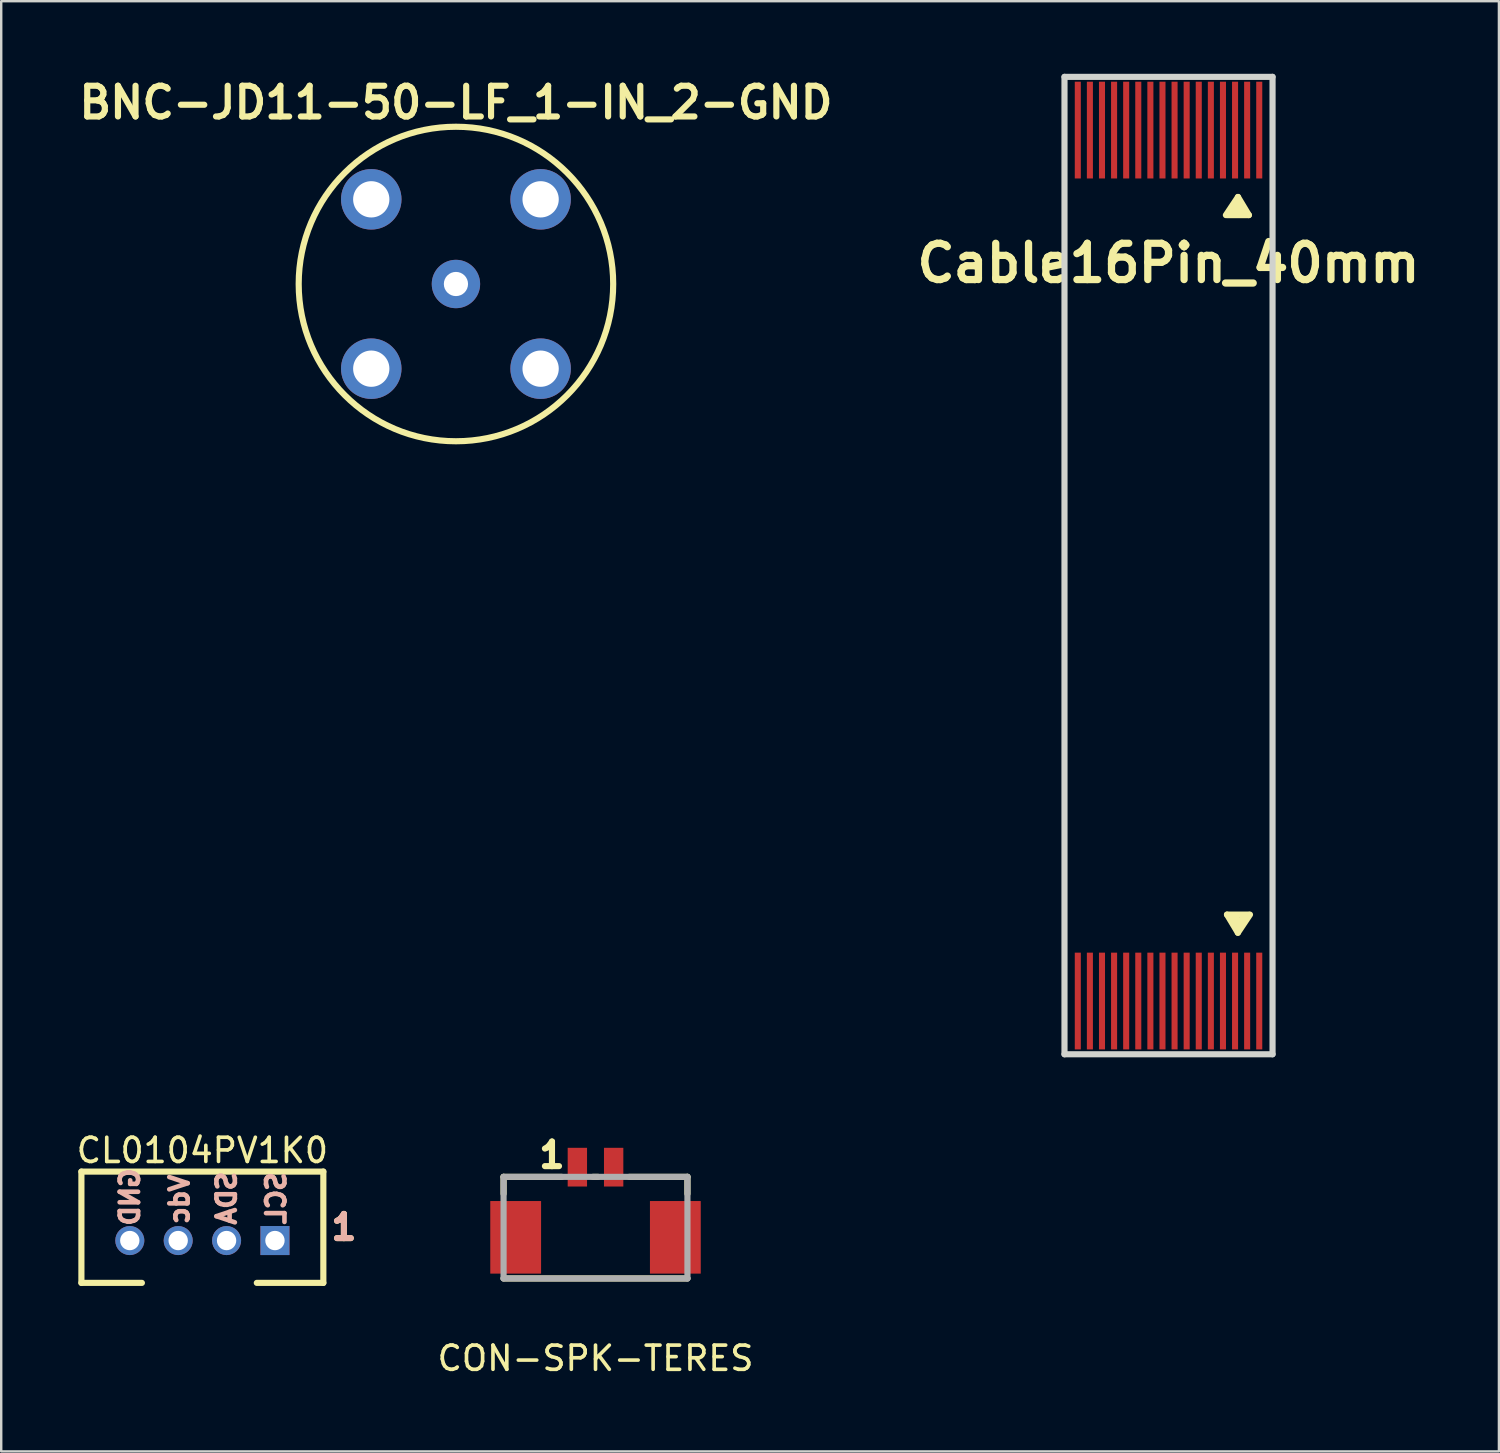
<source format=kicad_pcb>
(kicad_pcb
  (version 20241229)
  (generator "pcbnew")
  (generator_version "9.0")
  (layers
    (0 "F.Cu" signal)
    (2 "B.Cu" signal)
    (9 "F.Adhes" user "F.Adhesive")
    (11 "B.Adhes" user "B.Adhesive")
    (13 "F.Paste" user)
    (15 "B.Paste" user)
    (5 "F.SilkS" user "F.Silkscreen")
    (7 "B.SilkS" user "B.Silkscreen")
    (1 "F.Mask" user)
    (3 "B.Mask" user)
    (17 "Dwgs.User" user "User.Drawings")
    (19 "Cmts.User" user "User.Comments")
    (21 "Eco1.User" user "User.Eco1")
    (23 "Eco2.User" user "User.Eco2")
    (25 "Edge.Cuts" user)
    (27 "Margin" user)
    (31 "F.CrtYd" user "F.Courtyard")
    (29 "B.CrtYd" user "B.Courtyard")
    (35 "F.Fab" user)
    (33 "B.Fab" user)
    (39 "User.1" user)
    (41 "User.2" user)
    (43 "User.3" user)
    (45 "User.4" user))
  (footprint "CL0104PV1K0"
    (layer "F.Cu")
    (at 5.315 47.677)
    (property "Reference" "CL0104PV1K0" (at 0 -3.175 0) (layer "F.SilkS") (effects (font (size 1 1) (thickness 0.15))))
    (attr through_hole)
    (fp_line (start -5 -2.3) (end -5 2.3) (stroke (width 0.254) (type solid)) (layer "F.SilkS"))
    (fp_line (start -5 -2.3) (end 5 -2.3) (stroke (width 0.254) (type solid)) (layer "F.SilkS"))
    (fp_line (start -5 2.3) (end -2.5 2.3) (stroke (width 0.254) (type solid)) (layer "F.SilkS"))
    (fp_line (start 5 -2.3) (end 5 2.3) (stroke (width 0.254) (type solid)) (layer "F.SilkS"))
    (fp_line (start 5 2.3) (end 2.25 2.3) (stroke (width 0.254) (type solid)) (layer "F.SilkS"))
    (fp_text user "1" (at 5.85 0 0) (layer "F.SilkS") (effects (font (size 1 1) (thickness 0.25))))
    (fp_text user "1" (at 5.85 0 0) (layer "B.SilkS") (effects (font (size 1 1) (thickness 0.25))))
    (fp_text user "SCL" (at 3.05 -1.2 270) (layer "B.SilkS") (effects (font (size 0.762 0.762) (thickness 0.191)) (justify mirror)))
    (fp_text user "SDA" (at 1 -1.2 90) (layer "B.SilkS") (effects (font (size 0.762 0.762) (thickness 0.191)) (justify mirror)))
    (fp_text user "GND" (at -3 -1.25 90) (layer "B.SilkS") (effects (font (size 0.762 0.762) (thickness 0.191)) (justify mirror)))
    (fp_text user "Vdc" (at -0.95 -1.15 90) (layer "B.SilkS") (effects (font (size 0.762 0.762) (thickness 0.191)) (justify mirror)))
    (pad "1" thru_hole rect (at 3 0.55) (size 1.2 1.2) (drill 0.8) (layers "*.Cu" "*.Mask"))
    (pad "2" thru_hole circle (at 1 0.55) (size 1.2 1.2) (drill 0.8) (layers "*.Cu" "*.Mask"))
    (pad "3" thru_hole circle (at -1 0.55) (size 1.2 1.2) (drill 0.8) (layers "*.Cu" "*.Mask"))
    (pad "4" thru_hole circle (at -3 0.55) (size 1.2 1.2) (drill 0.8) (layers "*.Cu" "*.Mask")))
  (footprint "BNC-JD11-50-LF_1-IN_2-GND"
    (layer "F.Cu")
    (at 15.796 8.689)
    (property "Reference" "BNC-JD11-50-LF_1-IN_2-GND" (at 0 -7.5 0) (layer "F.SilkS") (effects (font (size 1.27 1.27) (thickness 0.254))))
    (attr through_hole)
    (fp_circle (center 0 0) (end -6.5 0) (stroke (width 0.254) (type solid)) (fill no) (layer "F.SilkS"))
    (pad "1" thru_hole circle (at 0 0) (size 2 2) (drill 1) (layers "*.Cu" "*.Mask"))
    (pad "2" thru_hole circle (at -3.5 -3.5) (size 2.5 2.5) (drill 1.5) (layers "*.Cu" "*.Mask"))
    (pad "2" thru_hole circle (at -3.5 3.5) (size 2.5 2.5) (drill 1.5) (layers "*.Cu" "*.Mask"))
    (pad "2" thru_hole circle (at 3.5 -3.5) (size 2.5 2.5) (drill 1.5) (layers "*.Cu" "*.Mask"))
    (pad "2" thru_hole circle (at 3.5 3.5) (size 2.5 2.5) (drill 1.5) (layers "*.Cu" "*.Mask")))
  (footprint "CON-SPK-TERES"
    (layer "F.Cu")
    (at 21.565 49.594)
    (property "Reference" "CON-SPK-TERES" (at 0 3.5 0) (layer "F.SilkS") (effects (font (size 1 1) (thickness 0.15))))
    (attr smd)
    (fp_line (start -3.8 -3.3) (end -3.8 -4) (stroke (width 0.254) (type solid)) (layer "F.SilkS"))
    (fp_line (start -3.8 0.2) (end 3.8 0.2) (stroke (width 0.254) (type solid)) (layer "F.SilkS"))
    (fp_line (start -1.4 -4) (end -3.8 -4) (stroke (width 0.254) (type solid)) (layer "F.SilkS"))
    (fp_line (start -0.1 -4) (end 0.1 -4) (stroke (width 0.254) (type solid)) (layer "F.SilkS"))
    (fp_line (start 1.4 -4) (end 3.8 -4) (stroke (width 0.254) (type solid)) (layer "F.SilkS"))
    (fp_line (start 3.8 -4) (end 3.8 -3.3) (stroke (width 0.254) (type solid)) (layer "F.SilkS"))
    (fp_line (start -3.8 -4) (end -3.8 0.2) (stroke (width 0.254) (type solid)) (layer "F.Fab"))
    (fp_line (start -3.8 0.2) (end 3.8 0.2) (stroke (width 0.254) (type solid)) (layer "F.Fab"))
    (fp_line (start 3.8 -4) (end -3.8 -4) (stroke (width 0.254) (type solid)) (layer "F.Fab"))
    (fp_line (start 3.8 0.2) (end 3.8 -4) (stroke (width 0.254) (type solid)) (layer "F.Fab"))
    (fp_text user "1" (at -1.8 -4.9 0) (layer "F.SilkS") (effects (font (size 1.016 1.016) (thickness 0.254))))
    (pad "0" smd rect (at -3.3 -1.5) (size 2.1 3) (layers "F.Cu" "F.Mask" "F.Paste"))
    (pad "0" smd rect (at 3.3 -1.5) (size 2.1 3) (layers "F.Cu" "F.Mask" "F.Paste"))
    (pad "1" smd rect (at -0.75 -4.4) (size 0.8 1.6) (layers "F.Cu" "F.Mask" "F.Paste"))
    (pad "2" smd rect (at 0.75 -4.4) (size 0.8 1.6) (layers "F.Cu" "F.Mask" "F.Paste")))
  (footprint "Cable16Pin_40mm"
    (layer "F.Cu")
    (at 45.25 20.327)
    (property "Reference" "Cable16Pin_40mm" (at 0 -12.5 0) (layer "F.SilkS") (effects (font (size 1.5 1.5) (thickness 0.3) (bold yes))))
    (attr smd)
    (fp_line (start 2.421 -14.486) (end 3.321 -14.486) (stroke (width 0.254) (type solid)) (layer "F.SilkS"))
    (fp_line (start 2.621 -14.536) (end 2.921 -14.986) (stroke (width 0.254) (type solid)) (layer "F.SilkS"))
    (fp_line (start 2.667 14.478) (end 2.967 14.828) (stroke (width 0.305) (type solid)) (layer "F.SilkS"))
    (fp_line (start 2.867 15.178) (end 2.417 14.428) (stroke (width 0.254) (type solid)) (layer "F.SilkS"))
    (fp_line (start 2.867 15.178) (end 3.367 14.428) (stroke (width 0.254) (type solid)) (layer "F.SilkS"))
    (fp_line (start 2.871 -15.236) (end 2.371 -14.486) (stroke (width 0.254) (type solid)) (layer "F.SilkS"))
    (fp_line (start 2.871 -15.236) (end 3.321 -14.486) (stroke (width 0.254) (type solid)) (layer "F.SilkS"))
    (fp_line (start 3.071 -14.536) (end 2.771 -14.886) (stroke (width 0.305) (type solid)) (layer "F.SilkS"))
    (fp_line (start 3.117 14.478) (end 2.817 14.928) (stroke (width 0.254) (type solid)) (layer "F.SilkS"))
    (fp_line (start 3.317 14.428) (end 2.417 14.428) (stroke (width 0.254) (type solid)) (layer "F.SilkS"))
    (fp_rect (start -4.3 -20.2) (end 4.3 -15.2) (stroke (width 0) (type solid)) (fill yes) (layer "B.Adhes"))
    (fp_rect (start -4.3 15.2) (end 4.3 20.2) (stroke (width 0) (type solid)) (fill yes) (layer "B.Adhes"))
    (fp_line (start -4.3 -20.2) (end -4.3 20.2) (stroke (width 0.254) (type default)) (layer "Edge.Cuts"))
    (fp_line (start -4.3 20.2) (end 4.3 20.2) (stroke (width 0.254) (type default)) (layer "Edge.Cuts"))
    (fp_line (start 4.3 -20.2) (end -4.3 -20.2) (stroke (width 0.254) (type default)) (layer "Edge.Cuts"))
    (fp_line (start 4.3 20.2) (end 4.3 -20.2) (stroke (width 0.254) (type default)) (layer "Edge.Cuts"))
    (pad "1" smd rect (at 3.75 -18) (size 0.25 4) (layers "F.Cu" "F.Mask"))
    (pad "1" smd rect (at 3.75 18) (size 0.25 4) (layers "F.Cu" "F.Mask"))
    (pad "2" smd rect (at 3.25 -18) (size 0.25 4) (layers "F.Cu" "F.Mask"))
    (pad "2" smd rect (at 3.25 18) (size 0.25 4) (layers "F.Cu" "F.Mask"))
    (pad "3" smd rect (at 2.75 -18) (size 0.25 4) (layers "F.Cu" "F.Mask"))
    (pad "3" smd rect (at 2.75 18) (size 0.25 4) (layers "F.Cu" "F.Mask"))
    (pad "4" smd rect (at 2.25 -18) (size 0.25 4) (layers "F.Cu" "F.Mask"))
    (pad "4" smd rect (at 2.25 18) (size 0.25 4) (layers "F.Cu" "F.Mask"))
    (pad "5" smd rect (at 1.75 -18) (size 0.25 4) (layers "F.Cu" "F.Mask"))
    (pad "5" smd rect (at 1.75 18) (size 0.25 4) (layers "F.Cu" "F.Mask"))
    (pad "6" smd rect (at 1.25 -18) (size 0.25 4) (layers "F.Cu" "F.Mask"))
    (pad "6" smd rect (at 1.25 18) (size 0.25 4) (layers "F.Cu" "F.Mask"))
    (pad "7" smd rect (at 0.75 -18) (size 0.25 4) (layers "F.Cu" "F.Mask"))
    (pad "7" smd rect (at 0.75 18) (size 0.25 4) (layers "F.Cu" "F.Mask"))
    (pad "8" smd rect (at 0.25 -18) (size 0.25 4) (layers "F.Cu" "F.Mask"))
    (pad "8" smd rect (at 0.25 18) (size 0.25 4) (layers "F.Cu" "F.Mask"))
    (pad "9" smd rect (at -0.25 -18) (size 0.25 4) (layers "F.Cu" "F.Mask"))
    (pad "9" smd rect (at -0.25 18) (size 0.25 4) (layers "F.Cu" "F.Mask"))
    (pad "10" smd rect (at -0.75 -18) (size 0.25 4) (layers "F.Cu" "F.Mask"))
    (pad "10" smd rect (at -0.75 18) (size 0.25 4) (layers "F.Cu" "F.Mask"))
    (pad "11" smd rect (at -1.25 -18) (size 0.25 4) (layers "F.Cu" "F.Mask"))
    (pad "11" smd rect (at -1.25 18) (size 0.25 4) (layers "F.Cu" "F.Mask"))
    (pad "12" smd rect (at -1.75 -18) (size 0.25 4) (layers "F.Cu" "F.Mask"))
    (pad "12" smd rect (at -1.75 18) (size 0.25 4) (layers "F.Cu" "F.Mask"))
    (pad "13" smd rect (at -2.25 -18) (size 0.25 4) (layers "F.Cu" "F.Mask"))
    (pad "13" smd rect (at -2.25 18) (size 0.25 4) (layers "F.Cu" "F.Mask"))
    (pad "14" smd rect (at -2.75 -18) (size 0.25 4) (layers "F.Cu" "F.Mask"))
    (pad "14" smd rect (at -2.75 18) (size 0.25 4) (layers "F.Cu" "F.Mask"))
    (pad "15" smd rect (at -3.25 -18) (size 0.25 4) (layers "F.Cu" "F.Mask"))
    (pad "15" smd rect (at -3.25 18) (size 0.25 4) (layers "F.Cu" "F.Mask"))
    (pad "16" smd rect (at -3.75 -18) (size 0.25 4) (layers "F.Cu" "F.Mask"))
    (pad "16" smd rect (at -3.75 18) (size 0.25 4) (layers "F.Cu" "F.Mask")))
  (gr_rect
    (start -3 -3)
    (end 58.907 56.942)
    (stroke (width 0.1) (type default))
    (fill no)
    (layer "Edge.Cuts")))
</source>
